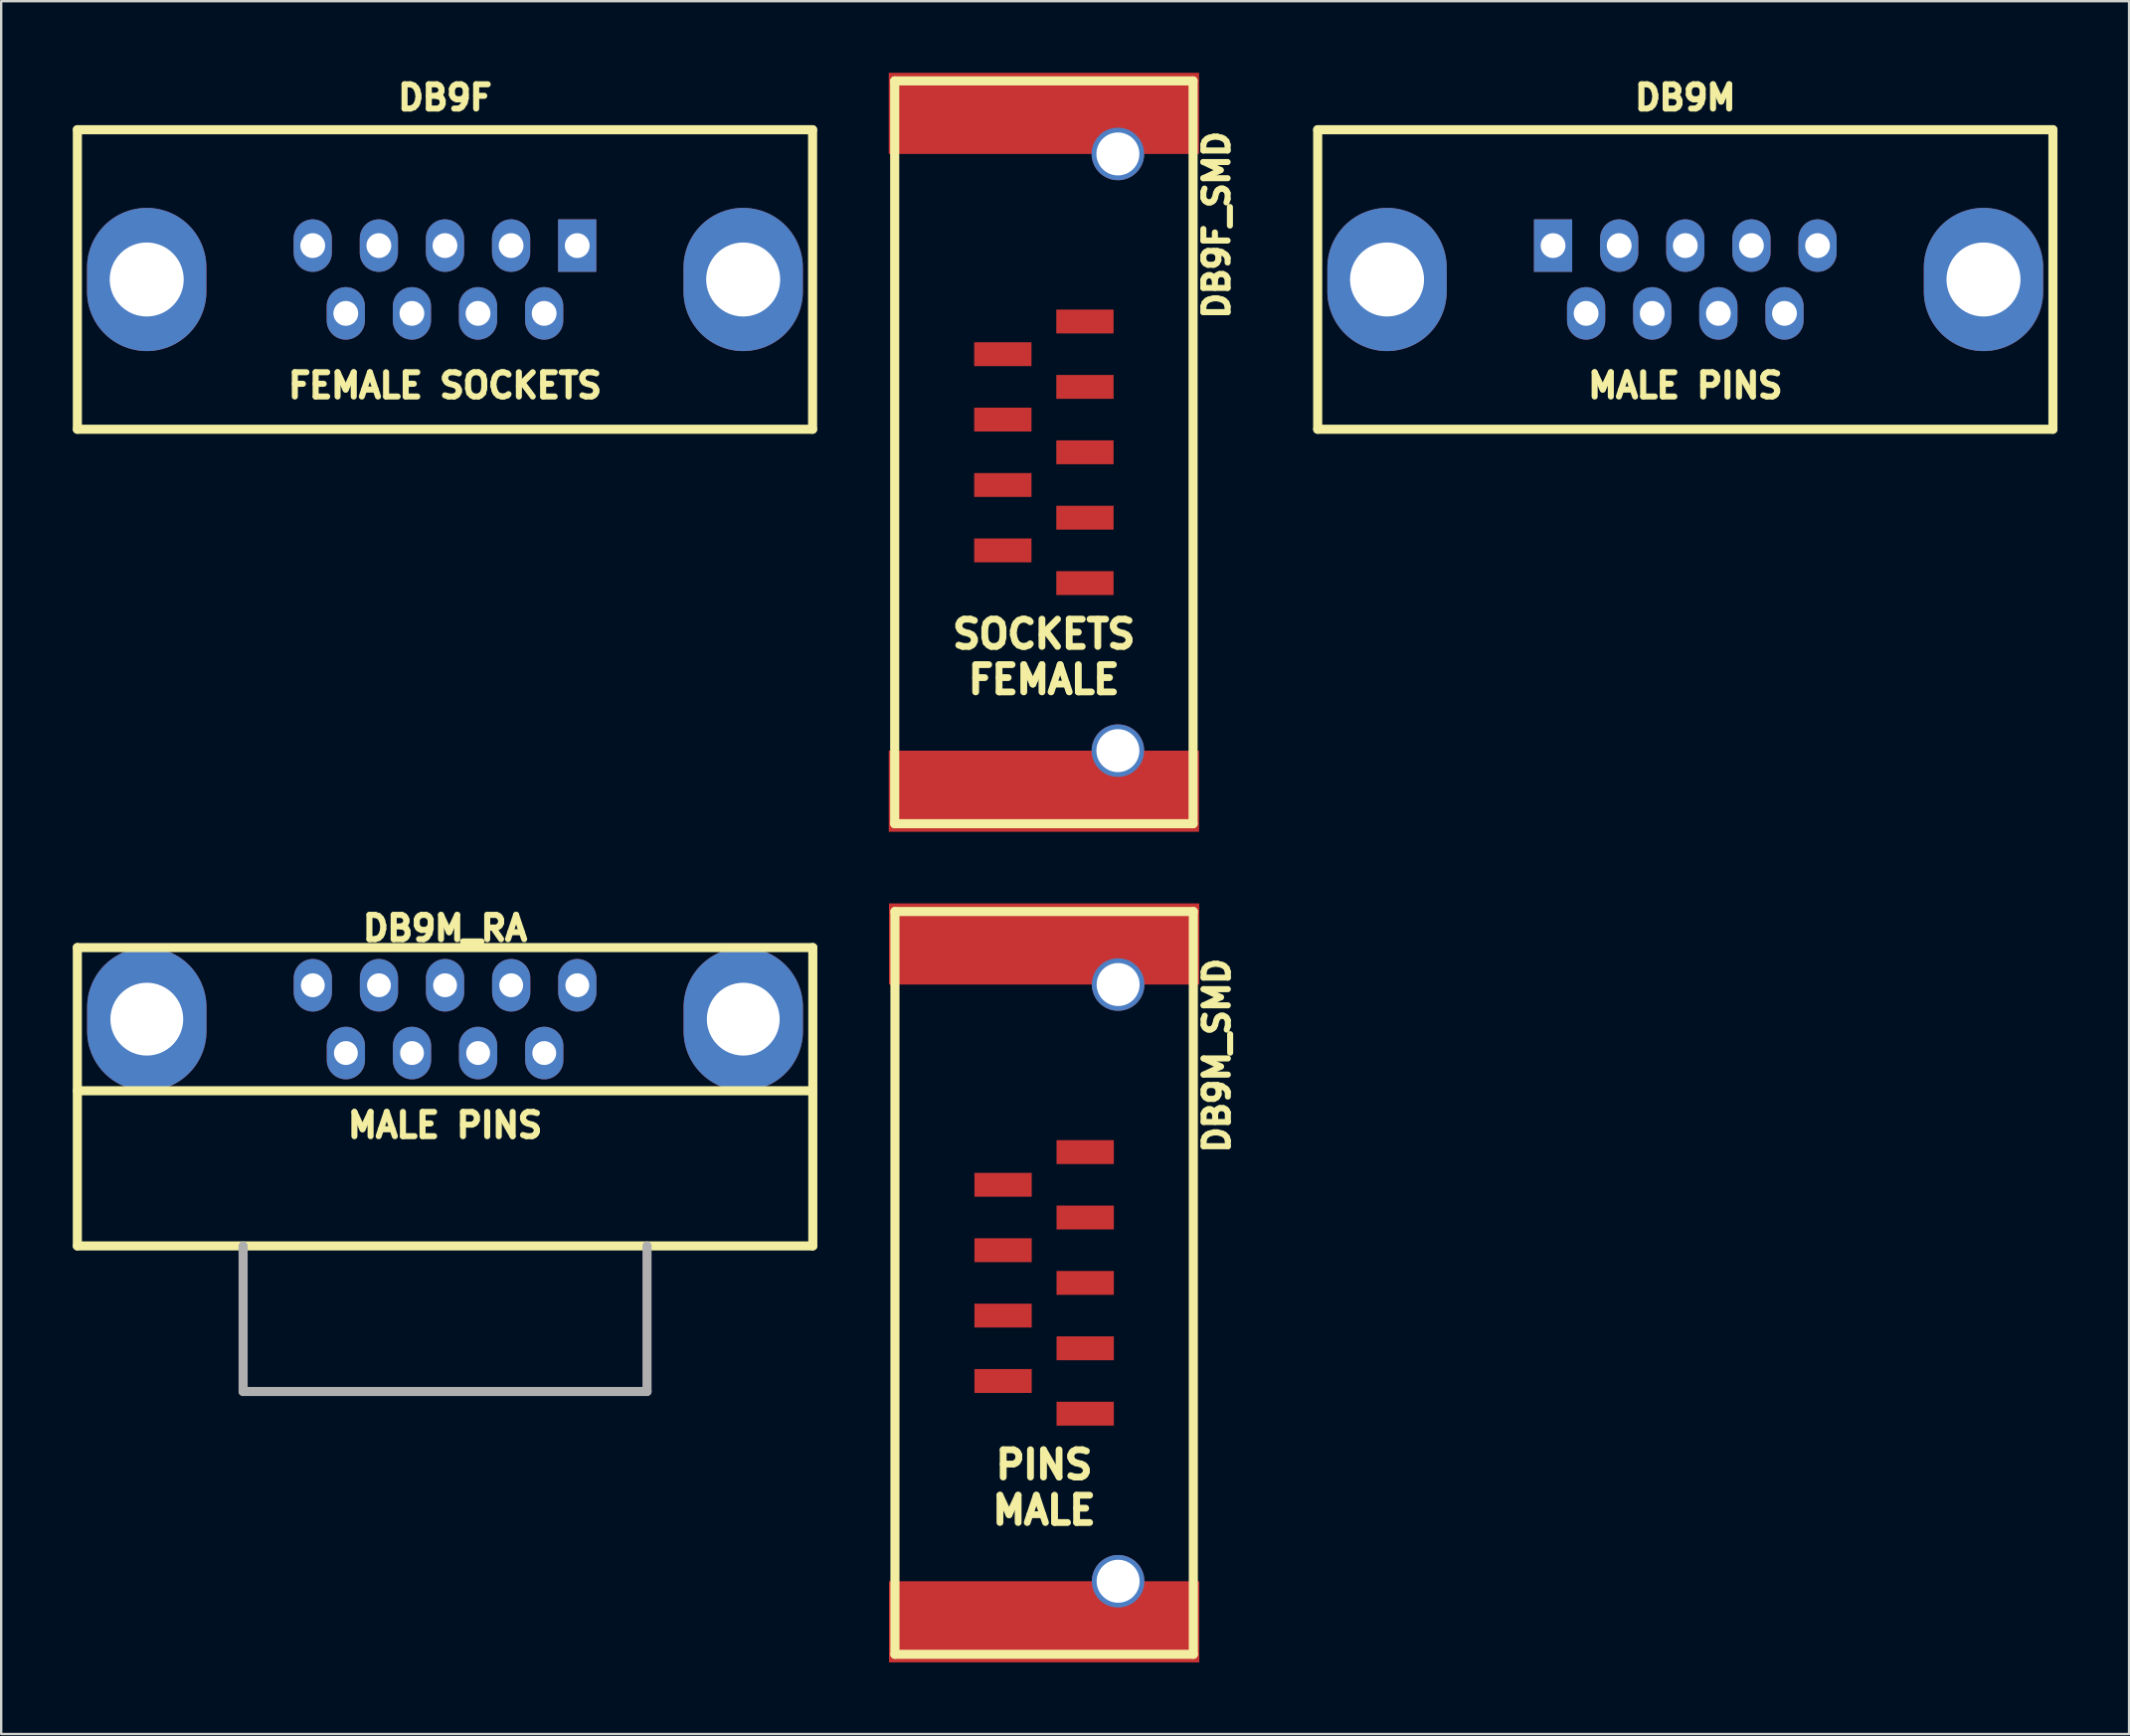
<source format=kicad_pcb>
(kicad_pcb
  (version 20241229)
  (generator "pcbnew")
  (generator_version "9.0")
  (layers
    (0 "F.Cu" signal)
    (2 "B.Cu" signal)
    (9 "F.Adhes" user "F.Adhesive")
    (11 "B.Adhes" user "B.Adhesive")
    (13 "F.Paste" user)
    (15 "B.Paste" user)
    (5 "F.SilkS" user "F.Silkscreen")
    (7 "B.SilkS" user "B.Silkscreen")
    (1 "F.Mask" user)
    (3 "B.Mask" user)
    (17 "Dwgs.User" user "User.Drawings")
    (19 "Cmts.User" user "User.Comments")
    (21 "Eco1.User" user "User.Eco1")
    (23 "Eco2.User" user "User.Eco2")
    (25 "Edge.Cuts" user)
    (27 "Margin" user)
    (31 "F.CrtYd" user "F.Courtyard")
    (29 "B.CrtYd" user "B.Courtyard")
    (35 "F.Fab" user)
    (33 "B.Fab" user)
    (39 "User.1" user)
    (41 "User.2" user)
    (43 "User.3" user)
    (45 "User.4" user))
  (footprint "DB9M"
    (layer "F.Cu")
    (at 67.551 8.66)
    (property "Reference" "DB9M" (at 0 -7.62 0) (layer "F.SilkS") (effects (font (size 1.016 1.016) (thickness 0.254))))
    (attr through_hole)
    (fp_line (start -15.4 -6.275) (end -15.4 6.275) (stroke (width 0.381) (type solid)) (layer "F.SilkS"))
    (fp_line (start -15.4 6.275) (end 15.4 6.275) (stroke (width 0.381) (type solid)) (layer "F.SilkS"))
    (fp_line (start 15.4 -6.275) (end -15.4 -6.275) (stroke (width 0.381) (type solid)) (layer "F.SilkS"))
    (fp_line (start 15.4 6.275) (end 15.4 -6.275) (stroke (width 0.381) (type solid)) (layer "F.SilkS"))
    (fp_text user "MALE PINS" (at 0 4.445 0) (layer "F.SilkS") (effects (font (size 1.016 1.016) (thickness 0.254))))
    (pad "" thru_hole oval (at -12.495 0) (size 5 6) (drill 3.1) (layers "*.Cu" "*.Mask"))
    (pad "" thru_hole oval (at 12.492 0) (size 5 6) (drill 3.1) (layers "*.Cu" "*.Mask"))
    (pad "1" thru_hole rect (at -5.54 -1.42) (size 1.6 2.2) (drill 1.04) (layers "*.Cu" "*.Mask"))
    (pad "2" thru_hole oval (at -2.77 -1.42) (size 1.6 2.2) (drill 1.04) (layers "*.Cu" "*.Mask"))
    (pad "3" thru_hole oval (at 0 -1.42) (size 1.6 2.2) (drill 1.04) (layers "*.Cu" "*.Mask"))
    (pad "4" thru_hole oval (at 2.77 -1.42) (size 1.6 2.2) (drill 1.04) (layers "*.Cu" "*.Mask"))
    (pad "5" thru_hole oval (at 5.54 -1.42) (size 1.6 2.2) (drill 1.04) (layers "*.Cu" "*.Mask"))
    (pad "6" thru_hole oval (at -4.155 1.42) (size 1.6 2.2) (drill 1.04) (layers "*.Cu" "*.Mask"))
    (pad "7" thru_hole oval (at -1.385 1.42) (size 1.6 2.2) (drill 1.04) (layers "*.Cu" "*.Mask"))
    (pad "8" thru_hole oval (at 1.385 1.42) (size 1.6 2.2) (drill 1.04) (layers "*.Cu" "*.Mask"))
    (pad "9" thru_hole oval (at 4.155 1.42) (size 1.6 2.2) (drill 1.04) (layers "*.Cu" "*.Mask")))
  (footprint "DB9F"
    (layer "F.Cu")
    (at 15.591 8.66)
    (property "Reference" "DB9F" (at 0 -7.62 0) (layer "F.SilkS") (effects (font (size 1.016 1.016) (thickness 0.254))))
    (attr through_hole)
    (fp_line (start -15.4 -6.275) (end -15.4 6.275) (stroke (width 0.381) (type solid)) (layer "F.SilkS"))
    (fp_line (start -15.4 6.275) (end 15.4 6.275) (stroke (width 0.381) (type solid)) (layer "F.SilkS"))
    (fp_line (start 15.4 -6.275) (end -15.4 -6.275) (stroke (width 0.381) (type solid)) (layer "F.SilkS"))
    (fp_line (start 15.4 6.275) (end 15.4 -6.275) (stroke (width 0.381) (type solid)) (layer "F.SilkS"))
    (fp_text user "FEMALE SOCKETS" (at 0 4.445 0) (layer "F.SilkS") (effects (font (size 1.016 1.016) (thickness 0.254))))
    (pad "" thru_hole oval (at -12.495 0) (size 5 6) (drill 3.1) (layers "*.Cu" "*.Mask"))
    (pad "" thru_hole oval (at 12.492 0) (size 5 6) (drill 3.1) (layers "*.Cu" "*.Mask"))
    (pad "1" thru_hole rect (at 5.54 -1.42) (size 1.6 2.2) (drill 1.04) (layers "*.Cu" "*.Mask"))
    (pad "2" thru_hole oval (at 2.77 -1.42) (size 1.6 2.2) (drill 1.04) (layers "*.Cu" "*.Mask"))
    (pad "3" thru_hole oval (at 0 -1.42) (size 1.6 2.2) (drill 1.04) (layers "*.Cu" "*.Mask"))
    (pad "4" thru_hole oval (at -2.77 -1.42) (size 1.6 2.2) (drill 1.04) (layers "*.Cu" "*.Mask"))
    (pad "5" thru_hole oval (at -5.54 -1.42) (size 1.6 2.2) (drill 1.04) (layers "*.Cu" "*.Mask"))
    (pad "6" thru_hole oval (at 4.155 1.42) (size 1.6 2.2) (drill 1.04) (layers "*.Cu" "*.Mask"))
    (pad "7" thru_hole oval (at 1.385 1.42) (size 1.6 2.2) (drill 1.04) (layers "*.Cu" "*.Mask"))
    (pad "8" thru_hole oval (at -1.385 1.42) (size 1.6 2.2) (drill 1.04) (layers "*.Cu" "*.Mask"))
    (pad "9" thru_hole oval (at -4.155 1.42) (size 1.6 2.2) (drill 1.04) (layers "*.Cu" "*.Mask")))
  (footprint "DB9M_RA"
    (layer "F.Cu")
    (at 15.595 39.65)
    (property "Reference" "DB9M_RA" (at 0 -3.81 0) (layer "F.SilkS") (effects (font (size 1.016 1.016) (thickness 0.254))))
    (attr through_hole)
    (fp_line (start -15.405 -3) (end -15.405 9.5) (stroke (width 0.381) (type solid)) (layer "F.SilkS"))
    (fp_line (start -15.405 -3) (end 15.405 -3) (stroke (width 0.381) (type solid)) (layer "F.SilkS"))
    (fp_line (start -15.405 3) (end 15.405 3) (stroke (width 0.381) (type solid)) (layer "F.SilkS"))
    (fp_line (start -15.405 9.5) (end 15.405 9.5) (stroke (width 0.381) (type solid)) (layer "F.SilkS"))
    (fp_line (start 15.405 -3) (end 15.405 9.5) (stroke (width 0.381) (type solid)) (layer "F.SilkS"))
    (fp_line (start -8.46 9.5) (end -8.46 15.6) (stroke (width 0.381) (type solid)) (layer "F.Fab"))
    (fp_line (start -8.46 15.6) (end 8.46 15.6) (stroke (width 0.381) (type solid)) (layer "F.Fab"))
    (fp_line (start 8.46 15.6) (end 8.46 9.5) (stroke (width 0.381) (type solid)) (layer "F.Fab"))
    (fp_text user "MALE PINS" (at 0 4.445 0) (layer "F.SilkS") (effects (font (size 1.016 1.016) (thickness 0.254))))
    (pad "" thru_hole oval (at -12.495 0) (size 5 6) (drill 3.05) (layers "*.Cu" "*.Mask"))
    (pad "" thru_hole oval (at 12.492 0) (size 5 6) (drill 3.05) (layers "*.Cu" "*.Mask"))
    (pad "1" thru_hole oval (at -5.54 -1.42) (size 1.6 2.2) (drill 1) (layers "*.Cu" "*.Mask"))
    (pad "2" thru_hole oval (at -2.77 -1.42) (size 1.6 2.2) (drill 1) (layers "*.Cu" "*.Mask"))
    (pad "3" thru_hole oval (at 0 -1.42) (size 1.6 2.2) (drill 1) (layers "*.Cu" "*.Mask"))
    (pad "4" thru_hole oval (at 2.77 -1.42) (size 1.6 2.2) (drill 1) (layers "*.Cu" "*.Mask"))
    (pad "5" thru_hole oval (at 5.54 -1.42) (size 1.6 2.2) (drill 1) (layers "*.Cu" "*.Mask"))
    (pad "6" thru_hole oval (at -4.155 1.42) (size 1.6 2.2) (drill 1) (layers "*.Cu" "*.Mask"))
    (pad "7" thru_hole oval (at -1.385 1.42) (size 1.6 2.2) (drill 1) (layers "*.Cu" "*.Mask"))
    (pad "8" thru_hole oval (at 1.385 1.42) (size 1.6 2.2) (drill 1) (layers "*.Cu" "*.Mask"))
    (pad "9" thru_hole oval (at 4.155 1.42) (size 1.6 2.2) (drill 1) (layers "*.Cu" "*.Mask")))
  (footprint "DB9F_SMD"
    (layer "F.Cu")
    (at 40.681 15.9)
    (property "Reference" "DB9F_SMD" (at 7.239 -9.525 270) (layer "F.SilkS") (effects (font (size 1.016 1.016) (thickness 0.254))))
    (attr through_hole)
    (fp_line (start -6.25 -15.56) (end -6.25 15.56) (stroke (width 0.381) (type solid)) (layer "F.SilkS"))
    (fp_line (start -6.25 15.56) (end 6.25 15.56) (stroke (width 0.381) (type solid)) (layer "F.SilkS"))
    (fp_line (start 6.25 -15.56) (end -6.25 -15.56) (stroke (width 0.381) (type solid)) (layer "F.SilkS"))
    (fp_line (start 6.25 15.56) (end 6.25 -15.56) (stroke (width 0.381) (type solid)) (layer "F.SilkS"))
    (fp_text user "FEMALE" (at 0 9.525 0) (layer "F.SilkS") (effects (font (size 1.143 1.143) (thickness 0.286))))
    (fp_text user "SOCKETS" (at 0 7.62 0) (layer "F.SilkS") (effects (font (size 1.143 1.143) (thickness 0.286))))
    (pad "" smd rect (at 0 -14.2 270) (size 3.4 13) (layers "F.Cu" "F.Mask"))
    (pad "" smd rect (at 0 14.2 270) (size 3.4 13) (layers "F.Cu" "F.Mask"))
    (pad "" thru_hole circle (at 3.1 -12.5 270) (size 2.2 2.2) (drill 1.8) (layers "*.Cu" "*.Mask"))
    (pad "" thru_hole circle (at 3.1 12.5 270) (size 2.2 2.2) (drill 1.8) (layers "*.Cu" "*.Mask"))
    (pad "1" smd rect (at 1.72 5.48 270) (size 1 2.4) (layers "F.Cu" "F.Mask"))
    (pad "2" smd rect (at 1.72 2.74 270) (size 1 2.4) (layers "F.Cu" "F.Mask"))
    (pad "3" smd rect (at 1.72 0 270) (size 1 2.4) (layers "F.Cu" "F.Mask"))
    (pad "4" smd rect (at 1.72 -2.74 270) (size 1 2.4) (layers "F.Cu" "F.Mask"))
    (pad "5" smd rect (at 1.72 -5.48 270) (size 1 2.4) (layers "F.Cu" "F.Mask"))
    (pad "6" smd rect (at -1.72 4.11 270) (size 1 2.4) (layers "F.Cu" "F.Mask"))
    (pad "7" smd rect (at -1.72 1.37 270) (size 1 2.4) (layers "F.Cu" "F.Mask"))
    (pad "8" smd rect (at -1.72 -1.37 270) (size 1 2.4) (layers "F.Cu" "F.Mask"))
    (pad "9" smd rect (at -1.72 -4.11 270) (size 1 2.4) (layers "F.Cu" "F.Mask")))
  (footprint "DB9M_SMD"
    (layer "F.Cu")
    (at 40.691 50.7)
    (property "Reference" "DB9M_SMD" (at 7.239 -9.525 270) (layer "F.SilkS") (effects (font (size 1.016 1.016) (thickness 0.254))))
    (attr through_hole)
    (fp_line (start -6.25 -15.56) (end -6.25 15.56) (stroke (width 0.381) (type solid)) (layer "F.SilkS"))
    (fp_line (start -6.25 15.56) (end 6.25 15.56) (stroke (width 0.381) (type solid)) (layer "F.SilkS"))
    (fp_line (start 6.25 -15.56) (end -6.25 -15.56) (stroke (width 0.381) (type solid)) (layer "F.SilkS"))
    (fp_line (start 6.25 15.56) (end 6.25 -15.56) (stroke (width 0.381) (type solid)) (layer "F.SilkS"))
    (fp_text user "MALE" (at 0 9.525 0) (layer "F.SilkS") (effects (font (size 1.143 1.143) (thickness 0.286))))
    (fp_text user "PINS" (at 0 7.62 0) (layer "F.SilkS") (effects (font (size 1.143 1.143) (thickness 0.286))))
    (pad "" smd rect (at 0 -14.2 270) (size 3.4 13) (layers "F.Cu" "F.Mask"))
    (pad "" smd rect (at 0 14.2 270) (size 3.4 13) (layers "F.Cu" "F.Mask"))
    (pad "" thru_hole circle (at 3.1 -12.5 270) (size 2.2 2.2) (drill 1.8) (layers "*.Cu" "*.Mask"))
    (pad "" thru_hole circle (at 3.1 12.5 270) (size 2.2 2.2) (drill 1.8) (layers "*.Cu" "*.Mask"))
    (pad "1" smd rect (at 1.72 -5.48 270) (size 1 2.4) (layers "F.Cu" "F.Mask"))
    (pad "2" smd rect (at 1.72 -2.74 270) (size 1 2.4) (layers "F.Cu" "F.Mask"))
    (pad "3" smd rect (at 1.72 0 270) (size 1 2.4) (layers "F.Cu" "F.Mask"))
    (pad "4" smd rect (at 1.72 2.74 270) (size 1 2.4) (layers "F.Cu" "F.Mask"))
    (pad "5" smd rect (at 1.72 5.48 270) (size 1 2.4) (layers "F.Cu" "F.Mask"))
    (pad "6" smd rect (at -1.72 -4.11 270) (size 1 2.4) (layers "F.Cu" "F.Mask"))
    (pad "7" smd rect (at -1.72 -1.37 270) (size 1 2.4) (layers "F.Cu" "F.Mask"))
    (pad "8" smd rect (at -1.72 1.37 270) (size 1 2.4) (layers "F.Cu" "F.Mask"))
    (pad "9" smd rect (at -1.72 4.11 270) (size 1 2.4) (layers "F.Cu" "F.Mask")))
  (gr_rect
    (start -3 -3)
    (end 86.141 69.6)
    (stroke (width 0.1) (type default))
    (fill no)
    (layer "Edge.Cuts")))
</source>
